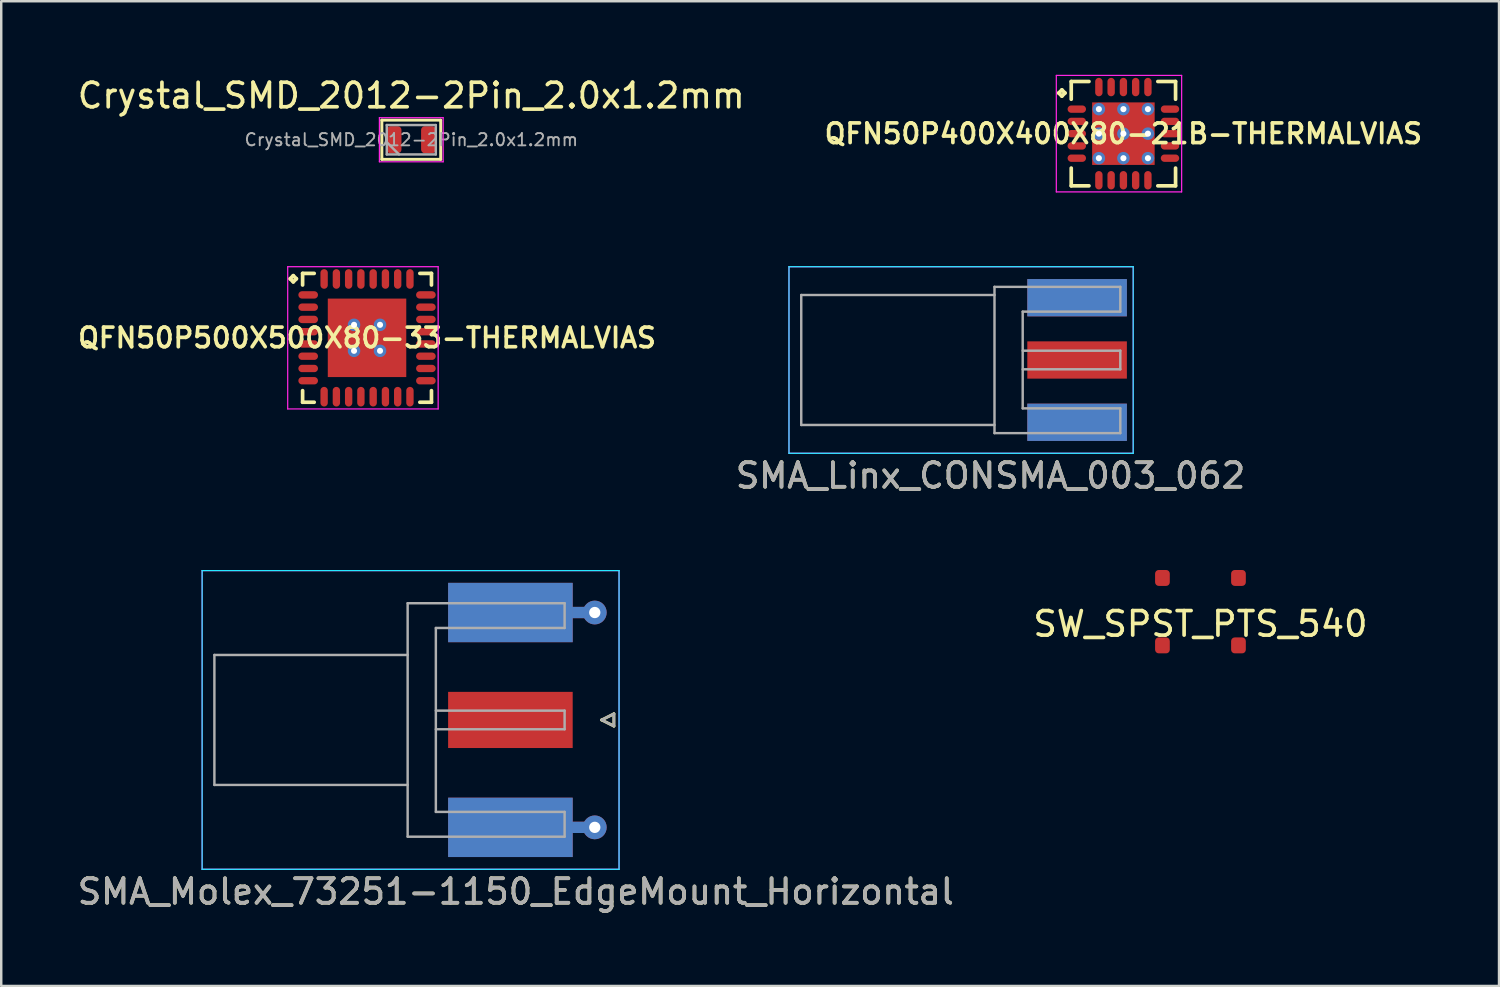
<source format=kicad_pcb>
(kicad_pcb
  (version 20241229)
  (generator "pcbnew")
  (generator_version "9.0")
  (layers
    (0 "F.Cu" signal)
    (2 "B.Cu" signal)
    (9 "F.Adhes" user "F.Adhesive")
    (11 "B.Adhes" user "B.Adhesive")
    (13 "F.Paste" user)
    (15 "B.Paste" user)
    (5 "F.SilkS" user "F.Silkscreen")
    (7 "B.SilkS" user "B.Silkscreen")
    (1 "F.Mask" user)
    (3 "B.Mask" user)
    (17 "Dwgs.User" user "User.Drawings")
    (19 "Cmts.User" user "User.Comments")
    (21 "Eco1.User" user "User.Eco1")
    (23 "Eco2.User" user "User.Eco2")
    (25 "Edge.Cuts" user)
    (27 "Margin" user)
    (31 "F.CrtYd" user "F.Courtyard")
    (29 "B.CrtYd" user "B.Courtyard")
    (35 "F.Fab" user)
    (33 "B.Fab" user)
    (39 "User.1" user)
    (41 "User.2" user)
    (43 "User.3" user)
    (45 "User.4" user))
  (footprint "Crystal_SMD_2012-2Pin_2.0x1.2mm"
    (layer "F.Cu")
    (at 13.72 2.648)
    (property "Reference" "Crystal_SMD_2012-2Pin_2.0x1.2mm" (at 0 -1.8 0) (layer "F.SilkS") (effects (font (size 1 1) (thickness 0.15))))
    (attr smd)
    (fp_line (start -1.2 -0.8) (end -1.2 0.8) (stroke (width 0.12) (type solid)) (layer "F.SilkS"))
    (fp_line (start -1.2 0.8) (end 1.2 0.8) (stroke (width 0.12) (type solid)) (layer "F.SilkS"))
    (fp_line (start 1.2 -0.8) (end -1.2 -0.8) (stroke (width 0.12) (type solid)) (layer "F.SilkS"))
    (fp_line (start 1.2 0.8) (end 1.2 -0.8) (stroke (width 0.12) (type solid)) (layer "F.SilkS"))
    (fp_line (start -1.3 -0.9) (end -1.3 0.9) (stroke (width 0.05) (type solid)) (layer "F.CrtYd"))
    (fp_line (start -1.3 0.9) (end 1.3 0.9) (stroke (width 0.05) (type solid)) (layer "F.CrtYd"))
    (fp_line (start 1.3 -0.9) (end -1.3 -0.9) (stroke (width 0.05) (type solid)) (layer "F.CrtYd"))
    (fp_line (start 1.3 0.9) (end 1.3 -0.9) (stroke (width 0.05) (type solid)) (layer "F.CrtYd"))
    (fp_line (start -1 -0.6) (end -1 0.6) (stroke (width 0.1) (type solid)) (layer "F.Fab"))
    (fp_line (start -1 0.1) (end -0.5 0.6) (stroke (width 0.1) (type solid)) (layer "F.Fab"))
    (fp_line (start -1 0.6) (end 1 0.6) (stroke (width 0.1) (type solid)) (layer "F.Fab"))
    (fp_line (start 1 -0.6) (end -1 -0.6) (stroke (width 0.1) (type solid)) (layer "F.Fab"))
    (fp_line (start 1 0.6) (end 1 -0.6) (stroke (width 0.1) (type solid)) (layer "F.Fab"))
    (fp_text user "${REFERENCE}" (at 0 0 0) (layer "F.Fab") (effects (font (size 0.5 0.5) (thickness 0.075))))
    (pad "1" smd roundrect (at -0.7 0) (size 0.6 1.1) (layers "F.Cu" "F.Mask" "F.Paste") (roundrect_rratio 0.25))
    (pad "2" smd roundrect (at 0.7 0) (size 0.6 1.1) (layers "F.Cu" "F.Mask" "F.Paste") (roundrect_rratio 0.25)))
  (footprint "SW_SPST_PTS_540"
    (layer "F.Cu")
    (at 45.899 21.891)
    (property "Reference" "SW_SPST_PTS_540" (at 0 0.5 0) (layer "F.SilkS") (effects (font (size 1 1) (thickness 0.15))))
    (attr through_hole)
    (pad "1" smd roundrect (at -1.55 -1.375) (size 0.6 0.65) (layers "F.Cu" "F.Mask" "F.Paste") (roundrect_rratio 0.25))
    (pad "1" smd roundrect (at 1.55 -1.375) (size 0.6 0.65) (layers "F.Cu" "F.Mask" "F.Paste") (roundrect_rratio 0.25))
    (pad "2" smd roundrect (at -1.55 1.375) (size 0.6 0.65) (layers "F.Cu" "F.Mask" "F.Paste") (roundrect_rratio 0.25))
    (pad "2" smd roundrect (at 1.55 1.375) (size 0.6 0.65) (layers "F.Cu" "F.Mask" "F.Paste") (roundrect_rratio 0.25)))
  (footprint "QFN50P400X400X80-21B-THERMALVIAS"
    (layer "F.Cu")
    (at 42.757 2.4)
    (property "Reference" "QFN50P400X400X80-21B-THERMALVIAS" (at 0 0 0) (layer "F.SilkS") (effects (font (size 0.8 0.8) (thickness 0.15))))
    (attr smd)
    (fp_line (start -2.635 -1.658) (end -2.508 -1.785) (stroke (width 0.15) (type solid)) (layer "F.SilkS"))
    (fp_line (start -2.508 -1.785) (end -2.381 -1.658) (stroke (width 0.15) (type solid)) (layer "F.SilkS"))
    (fp_line (start -2.508 -1.531) (end -2.635 -1.658) (stroke (width 0.15) (type solid)) (layer "F.SilkS"))
    (fp_line (start -2.381 -1.658) (end -2.508 -1.531) (stroke (width 0.15) (type solid)) (layer "F.SilkS"))
    (fp_line (start -2.127 -2.127) (end -1.404 -2.127) (stroke (width 0.15) (type solid)) (layer "F.SilkS"))
    (fp_line (start -2.127 -1.404) (end -2.127 -2.127) (stroke (width 0.15) (type solid)) (layer "F.SilkS"))
    (fp_line (start -2.127 1.404) (end -2.127 2.127) (stroke (width 0.15) (type solid)) (layer "F.SilkS"))
    (fp_line (start -2.127 2.127) (end -1.404 2.127) (stroke (width 0.15) (type solid)) (layer "F.SilkS"))
    (fp_line (start 1.404 -2.127) (end 2.127 -2.127) (stroke (width 0.15) (type solid)) (layer "F.SilkS"))
    (fp_line (start 1.404 2.127) (end 2.127 2.127) (stroke (width 0.15) (type solid)) (layer "F.SilkS"))
    (fp_line (start 2.127 -2.127) (end 2.127 -1.404) (stroke (width 0.15) (type solid)) (layer "F.SilkS"))
    (fp_line (start 2.127 2.127) (end 2.127 1.404) (stroke (width 0.15) (type solid)) (layer "F.SilkS"))
    (fp_line (start -2.735 -2.375) (end 2.375 -2.375) (stroke (width 0.05) (type solid)) (layer "F.CrtYd"))
    (fp_line (start -2.735 2.375) (end -2.735 -2.375) (stroke (width 0.05) (type solid)) (layer "F.CrtYd"))
    (fp_line (start 2.375 -2.375) (end 2.375 2.375) (stroke (width 0.05) (type solid)) (layer "F.CrtYd"))
    (fp_line (start 2.375 2.375) (end -2.735 2.375) (stroke (width 0.05) (type solid)) (layer "F.CrtYd"))
    (pad "1" smd oval (at -1.9 -1) (size 0.75 0.3) (layers "F.Cu" "F.Mask" "F.Paste"))
    (pad "2" smd oval (at -1.9 -0.5) (size 0.75 0.3) (layers "F.Cu" "F.Mask" "F.Paste"))
    (pad "3" smd oval (at -1.9 0) (size 0.75 0.3) (layers "F.Cu" "F.Mask" "F.Paste"))
    (pad "4" smd oval (at -1.9 0.5) (size 0.75 0.3) (layers "F.Cu" "F.Mask" "F.Paste"))
    (pad "5" smd oval (at -1.9 1) (size 0.75 0.3) (layers "F.Cu" "F.Mask" "F.Paste"))
    (pad "6" smd oval (at -1 1.9) (size 0.3 0.75) (layers "F.Cu" "F.Mask" "F.Paste"))
    (pad "7" smd oval (at -0.5 1.9) (size 0.3 0.75) (layers "F.Cu" "F.Mask" "F.Paste"))
    (pad "8" smd oval (at 0 1.9) (size 0.3 0.75) (layers "F.Cu" "F.Mask" "F.Paste"))
    (pad "9" smd oval (at 0.5 1.9) (size 0.3 0.75) (layers "F.Cu" "F.Mask" "F.Paste"))
    (pad "10" smd oval (at 1 1.9) (size 0.3 0.75) (layers "F.Cu" "F.Mask" "F.Paste"))
    (pad "11" smd oval (at 1.9 1) (size 0.75 0.3) (layers "F.Cu" "F.Mask" "F.Paste"))
    (pad "12" smd oval (at 1.9 0.5) (size 0.75 0.3) (layers "F.Cu" "F.Mask" "F.Paste"))
    (pad "13" smd oval (at 1.9 0) (size 0.75 0.3) (layers "F.Cu" "F.Mask" "F.Paste"))
    (pad "14" smd oval (at 1.9 -0.5) (size 0.75 0.3) (layers "F.Cu" "F.Mask" "F.Paste"))
    (pad "15" smd oval (at 1.9 -1) (size 0.75 0.3) (layers "F.Cu" "F.Mask" "F.Paste"))
    (pad "16" smd oval (at 1 -1.9) (size 0.3 0.75) (layers "F.Cu" "F.Mask" "F.Paste"))
    (pad "17" smd oval (at 0.5 -1.9) (size 0.3 0.75) (layers "F.Cu" "F.Mask" "F.Paste"))
    (pad "18" smd oval (at 0 -1.9) (size 0.3 0.75) (layers "F.Cu" "F.Mask" "F.Paste"))
    (pad "19" smd oval (at -0.5 -1.9) (size 0.3 0.75) (layers "F.Cu" "F.Mask" "F.Paste"))
    (pad "20" smd oval (at -1 -1.9) (size 0.3 0.75) (layers "F.Cu" "F.Mask" "F.Paste"))
    (pad "21" thru_hole circle (at -1 -1) (size 0.51 0.51) (drill 0.25) (layers "*.Cu"))
    (pad "21" thru_hole circle (at -1 0) (size 0.51 0.51) (drill 0.25) (layers "*.Cu"))
    (pad "21" thru_hole circle (at -1 1) (size 0.51 0.51) (drill 0.25) (layers "*.Cu"))
    (pad "21" smd roundrect (at -0.5 -0.5) (size 1.27 1.27) (layers "F.Cu" "F.Paste") (roundrect_rratio 0.3))
    (pad "21" smd roundrect (at -0.5 0.5) (size 1.27 1.27) (layers "F.Cu" "F.Paste") (roundrect_rratio 0.3))
    (pad "21" thru_hole circle (at 0 -1) (size 0.51 0.51) (drill 0.25) (layers "*.Cu"))
    (pad "21" thru_hole circle (at 0 0) (size 0.51 0.51) (drill 0.25) (layers "*.Cu"))
    (pad "21" smd rect (at 0 0) (size 2.55 2.55) (layers "F.Cu" "F.Mask"))
    (pad "21" thru_hole circle (at 0 1) (size 0.51 0.51) (drill 0.25) (layers "*.Cu"))
    (pad "21" smd roundrect (at 0.5 -0.5) (size 1.27 1.27) (layers "F.Cu" "F.Paste") (roundrect_rratio 0.3))
    (pad "21" smd roundrect (at 0.5 0.5) (size 1.27 1.27) (layers "F.Cu" "F.Paste") (roundrect_rratio 0.3))
    (pad "21" thru_hole circle (at 1 -1) (size 0.51 0.51) (drill 0.25) (layers "*.Cu"))
    (pad "21" thru_hole circle (at 1 0) (size 0.51 0.51) (drill 0.25) (layers "*.Cu"))
    (pad "21" thru_hole circle (at 1 1) (size 0.51 0.51) (drill 0.25) (layers "*.Cu")))
  (footprint "QFN50P500X500X80-33-THERMALVIAS"
    (layer "F.Cu")
    (at 11.916 10.725)
    (property "Reference" "QFN50P500X500X80-33-THERMALVIAS" (at 0 0 0) (layer "F.SilkS") (effects (font (size 0.8 0.8) (thickness 0.15))))
    (attr smd)
    (fp_line (start -3.135 -2.408) (end -3.008 -2.535) (stroke (width 0.15) (type solid)) (layer "F.SilkS"))
    (fp_line (start -3.008 -2.535) (end -2.881 -2.408) (stroke (width 0.15) (type solid)) (layer "F.SilkS"))
    (fp_line (start -3.008 -2.281) (end -3.135 -2.408) (stroke (width 0.15) (type solid)) (layer "F.SilkS"))
    (fp_line (start -2.881 -2.408) (end -3.008 -2.281) (stroke (width 0.15) (type solid)) (layer "F.SilkS"))
    (fp_line (start -2.627 -2.627) (end -2.154 -2.627) (stroke (width 0.15) (type solid)) (layer "F.SilkS"))
    (fp_line (start -2.627 -2.154) (end -2.627 -2.627) (stroke (width 0.15) (type solid)) (layer "F.SilkS"))
    (fp_line (start -2.627 2.154) (end -2.627 2.627) (stroke (width 0.15) (type solid)) (layer "F.SilkS"))
    (fp_line (start -2.627 2.627) (end -2.154 2.627) (stroke (width 0.15) (type solid)) (layer "F.SilkS"))
    (fp_line (start 2.154 -2.627) (end 2.627 -2.627) (stroke (width 0.15) (type solid)) (layer "F.SilkS"))
    (fp_line (start 2.154 2.627) (end 2.627 2.627) (stroke (width 0.15) (type solid)) (layer "F.SilkS"))
    (fp_line (start 2.627 -2.627) (end 2.627 -2.154) (stroke (width 0.15) (type solid)) (layer "F.SilkS"))
    (fp_line (start 2.627 2.627) (end 2.627 2.154) (stroke (width 0.15) (type solid)) (layer "F.SilkS"))
    (fp_line (start -3.235 -2.9) (end 2.9 -2.9) (stroke (width 0.05) (type solid)) (layer "F.CrtYd"))
    (fp_line (start -3.235 2.9) (end -3.235 -2.9) (stroke (width 0.05) (type solid)) (layer "F.CrtYd"))
    (fp_line (start 2.9 -2.9) (end 2.9 2.9) (stroke (width 0.05) (type solid)) (layer "F.CrtYd"))
    (fp_line (start 2.9 2.9) (end -3.235 2.9) (stroke (width 0.05) (type solid)) (layer "F.CrtYd"))
    (pad "1" smd oval (at -2.4 -1.75) (size 0.8 0.3) (layers "F.Cu" "F.Mask" "F.Paste"))
    (pad "2" smd oval (at -2.4 -1.25) (size 0.8 0.3) (layers "F.Cu" "F.Mask" "F.Paste"))
    (pad "3" smd oval (at -2.4 -0.75) (size 0.8 0.3) (layers "F.Cu" "F.Mask" "F.Paste"))
    (pad "4" smd oval (at -2.4 -0.25) (size 0.8 0.3) (layers "F.Cu" "F.Mask" "F.Paste"))
    (pad "5" smd oval (at -2.4 0.25) (size 0.8 0.3) (layers "F.Cu" "F.Mask" "F.Paste"))
    (pad "6" smd oval (at -2.4 0.75) (size 0.8 0.3) (layers "F.Cu" "F.Mask" "F.Paste"))
    (pad "7" smd oval (at -2.4 1.25) (size 0.8 0.3) (layers "F.Cu" "F.Mask" "F.Paste"))
    (pad "8" smd oval (at -2.4 1.75) (size 0.8 0.3) (layers "F.Cu" "F.Mask" "F.Paste"))
    (pad "9" smd oval (at -1.75 2.4) (size 0.3 0.8) (layers "F.Cu" "F.Mask" "F.Paste"))
    (pad "10" smd oval (at -1.25 2.4) (size 0.3 0.8) (layers "F.Cu" "F.Mask" "F.Paste"))
    (pad "11" smd oval (at -0.75 2.4) (size 0.3 0.8) (layers "F.Cu" "F.Mask" "F.Paste"))
    (pad "12" smd oval (at -0.25 2.4) (size 0.3 0.8) (layers "F.Cu" "F.Mask" "F.Paste"))
    (pad "13" smd oval (at 0.25 2.4) (size 0.3 0.8) (layers "F.Cu" "F.Mask" "F.Paste"))
    (pad "14" smd oval (at 0.75 2.4) (size 0.3 0.8) (layers "F.Cu" "F.Mask" "F.Paste"))
    (pad "15" smd oval (at 1.25 2.4) (size 0.3 0.8) (layers "F.Cu" "F.Mask" "F.Paste"))
    (pad "16" smd oval (at 1.75 2.4) (size 0.3 0.8) (layers "F.Cu" "F.Mask" "F.Paste"))
    (pad "17" smd oval (at 2.4 1.75) (size 0.8 0.3) (layers "F.Cu" "F.Mask" "F.Paste"))
    (pad "18" smd oval (at 2.4 1.25) (size 0.8 0.3) (layers "F.Cu" "F.Mask" "F.Paste"))
    (pad "19" smd oval (at 2.4 0.75) (size 0.8 0.3) (layers "F.Cu" "F.Mask" "F.Paste"))
    (pad "20" smd oval (at 2.4 0.25) (size 0.8 0.3) (layers "F.Cu" "F.Mask" "F.Paste"))
    (pad "21" smd oval (at 2.4 -0.25) (size 0.8 0.3) (layers "F.Cu" "F.Mask" "F.Paste"))
    (pad "22" smd oval (at 2.4 -0.75) (size 0.8 0.3) (layers "F.Cu" "F.Mask" "F.Paste"))
    (pad "23" smd oval (at 2.4 -1.25) (size 0.8 0.3) (layers "F.Cu" "F.Mask" "F.Paste"))
    (pad "24" smd oval (at 2.4 -1.75) (size 0.8 0.3) (layers "F.Cu" "F.Mask" "F.Paste"))
    (pad "25" smd oval (at 1.75 -2.4) (size 0.3 0.8) (layers "F.Cu" "F.Mask" "F.Paste"))
    (pad "26" smd oval (at 1.25 -2.4) (size 0.3 0.8) (layers "F.Cu" "F.Mask" "F.Paste"))
    (pad "27" smd oval (at 0.75 -2.4) (size 0.3 0.8) (layers "F.Cu" "F.Mask" "F.Paste"))
    (pad "28" smd oval (at 0.25 -2.4) (size 0.3 0.8) (layers "F.Cu" "F.Mask" "F.Paste"))
    (pad "29" smd oval (at -0.25 -2.4) (size 0.3 0.8) (layers "F.Cu" "F.Mask" "F.Paste"))
    (pad "30" smd oval (at -0.75 -2.4) (size 0.3 0.8) (layers "F.Cu" "F.Mask" "F.Paste"))
    (pad "31" smd oval (at -1.25 -2.4) (size 0.3 0.8) (layers "F.Cu" "F.Mask" "F.Paste"))
    (pad "32" smd oval (at -1.75 -2.4) (size 0.3 0.8) (layers "F.Cu" "F.Mask" "F.Paste"))
    (pad "33" smd roundrect (at -1.06 -1.06) (size 0.85 0.85) (layers "F.Cu" "F.Mask" "F.Paste") (roundrect_rratio 0.25))
    (pad "33" smd roundrect (at -1.06 0) (size 0.85 0.85) (layers "F.Cu" "F.Mask" "F.Paste") (roundrect_rratio 0.25))
    (pad "33" smd roundrect (at -1.06 1.06) (size 0.85 0.85) (layers "F.Cu" "F.Mask" "F.Paste") (roundrect_rratio 0.25))
    (pad "33" thru_hole circle (at -0.53 -0.53) (size 0.51 0.51) (drill 0.25) (layers "*.Cu"))
    (pad "33" thru_hole circle (at -0.53 0.53) (size 0.51 0.51) (drill 0.25) (layers "*.Cu"))
    (pad "33" smd roundrect (at 0 -1.06) (size 0.85 0.85) (layers "F.Cu" "F.Mask" "F.Paste") (roundrect_rratio 0.25))
    (pad "33" smd roundrect (at 0 0) (size 0.85 0.85) (layers "F.Cu" "F.Mask" "F.Paste") (roundrect_rratio 0.25))
    (pad "33" smd rect (at 0 0) (size 3.2 3.2) (layers "F.Cu"))
    (pad "33" smd roundrect (at 0 1.06) (size 0.85 0.85) (layers "F.Cu" "F.Mask" "F.Paste") (roundrect_rratio 0.25))
    (pad "33" thru_hole circle (at 0.53 -0.53) (size 0.51 0.51) (drill 0.25) (layers "*.Cu"))
    (pad "33" thru_hole circle (at 0.53 0.53) (size 0.51 0.51) (drill 0.25) (layers "*.Cu"))
    (pad "33" smd roundrect (at 1.06 -1.06) (size 0.85 0.85) (layers "F.Cu" "F.Mask" "F.Paste") (roundrect_rratio 0.25))
    (pad "33" smd roundrect (at 1.06 0) (size 0.85 0.85) (layers "F.Cu" "F.Mask" "F.Paste") (roundrect_rratio 0.25))
    (pad "33" smd roundrect (at 1.06 1.06) (size 0.85 0.85) (layers "F.Cu" "F.Mask" "F.Paste") (roundrect_rratio 0.25)))
  (footprint "SMA_Molex_73251-1150_EdgeMount_Horizontal"
    (layer "F.Cu")
    (at 19.482 26.306)
    (property "Reference" "SMA_Molex_73251-1150_EdgeMount_Horizontal" (at -1.5 7 0) (layer "F.SilkS") (effects (font (size 1 1) (thickness 0.15))))
    (attr smd)
    (fp_line (start 2 0) (end 2.5 -0.25) (stroke (width 0.12) (type solid)) (layer "F.SilkS"))
    (fp_line (start 2.5 -0.25) (end 2.5 0.25) (stroke (width 0.12) (type solid)) (layer "F.SilkS"))
    (fp_line (start 2.5 0.25) (end 2 0) (stroke (width 0.12) (type solid)) (layer "F.SilkS"))
    (fp_line (start -14.29 -6.09) (end -14.29 6.09) (stroke (width 0.05) (type solid)) (layer "B.CrtYd"))
    (fp_line (start -14.29 -6.09) (end 2.71 -6.09) (stroke (width 0.05) (type solid)) (layer "B.CrtYd"))
    (fp_line (start -14.29 6.09) (end 2.71 6.09) (stroke (width 0.05) (type solid)) (layer "B.CrtYd"))
    (fp_line (start 2.71 -6.09) (end 2.71 6.09) (stroke (width 0.05) (type solid)) (layer "B.CrtYd"))
    (fp_line (start -14.29 -6.09) (end -14.29 6.09) (stroke (width 0.05) (type solid)) (layer "F.CrtYd"))
    (fp_line (start -14.29 6.09) (end 2.71 6.09) (stroke (width 0.05) (type solid)) (layer "F.CrtYd"))
    (fp_line (start 2.71 -6.09) (end -14.29 -6.09) (stroke (width 0.05) (type solid)) (layer "F.CrtYd"))
    (fp_line (start 2.71 -6.09) (end 2.71 6.09) (stroke (width 0.05) (type solid)) (layer "F.CrtYd"))
    (fp_line (start -13.79 -2.65) (end -13.79 2.65) (stroke (width 0.1) (type solid)) (layer "F.Fab"))
    (fp_line (start -13.79 -2.65) (end -5.91 -2.65) (stroke (width 0.1) (type solid)) (layer "F.Fab"))
    (fp_line (start -13.79 2.65) (end -5.91 2.65) (stroke (width 0.1) (type solid)) (layer "F.Fab"))
    (fp_line (start -5.91 -4.76) (end -5.91 4.76) (stroke (width 0.1) (type solid)) (layer "F.Fab"))
    (fp_line (start -5.91 4.76) (end 0.49 4.76) (stroke (width 0.1) (type solid)) (layer "F.Fab"))
    (fp_line (start -4.76 -3.75) (end -4.76 3.75) (stroke (width 0.1) (type solid)) (layer "F.Fab"))
    (fp_line (start -4.76 -3.75) (end 0.49 -3.75) (stroke (width 0.1) (type solid)) (layer "F.Fab"))
    (fp_line (start -4.76 -0.38) (end 0.49 -0.38) (stroke (width 0.1) (type solid)) (layer "F.Fab"))
    (fp_line (start -4.76 0.38) (end 0.49 0.38) (stroke (width 0.1) (type solid)) (layer "F.Fab"))
    (fp_line (start -4.76 3.75) (end 0.49 3.75) (stroke (width 0.1) (type solid)) (layer "F.Fab"))
    (fp_line (start 0.49 -4.76) (end -5.91 -4.76) (stroke (width 0.1) (type solid)) (layer "F.Fab"))
    (fp_line (start 0.49 -4.76) (end 0.49 -3.75) (stroke (width 0.1) (type solid)) (layer "F.Fab"))
    (fp_line (start 0.49 -0.38) (end 0.49 0.38) (stroke (width 0.1) (type solid)) (layer "F.Fab"))
    (fp_line (start 0.49 3.75) (end 0.49 4.76) (stroke (width 0.1) (type solid)) (layer "F.Fab"))
    (fp_line (start 2 0) (end 2.5 0.25) (stroke (width 0.1) (type solid)) (layer "F.Fab"))
    (fp_line (start 2.5 -0.25) (end 2 0) (stroke (width 0.1) (type solid)) (layer "F.Fab"))
    (fp_line (start 2.5 0.25) (end 2.5 -0.25) (stroke (width 0.1) (type solid)) (layer "F.Fab"))
    (fp_text user "${REFERENCE}" (at -1.5 7 0) (layer "F.Fab") (effects (font (size 1 1) (thickness 0.15))))
    (pad "1" smd rect (at -1.72 0) (size 5.08 2.29) (layers "F.Cu" "F.Mask" "F.Paste"))
    (pad "2" smd rect (at -1.72 -4.38) (size 5.08 2.42) (layers "F.Cu" "F.Mask" "F.Paste"))
    (pad "2" smd rect (at -1.72 -4.38) (size 5.08 2.42) (layers "B.Cu" "B.Mask" "B.Paste"))
    (pad "2" smd rect (at -1.72 4.38) (size 5.08 2.42) (layers "F.Cu" "F.Mask" "F.Paste"))
    (pad "2" smd rect (at -1.72 4.38) (size 5.08 2.42) (layers "B.Cu" "B.Mask" "B.Paste"))
    (pad "2" smd rect (at 1.27 -4.38) (size 0.95 0.46) (layers "F.Cu"))
    (pad "2" smd rect (at 1.27 -4.38) (size 0.95 0.46) (layers "B.Cu"))
    (pad "2" smd rect (at 1.27 4.38) (size 0.95 0.46) (layers "F.Cu"))
    (pad "2" smd rect (at 1.27 4.38) (size 0.95 0.46) (layers "B.Cu"))
    (pad "2" thru_hole circle (at 1.72 -4.38) (size 0.97 0.97) (drill 0.46) (layers "*.Cu"))
    (pad "2" thru_hole circle (at 1.72 4.38) (size 0.97 0.97) (drill 0.46) (layers "*.Cu")))
  (footprint "SMA_Linx_CONSMA_003_062"
    (layer "F.Cu")
    (at 38.839 11.629)
    (property "Reference" "SMA_Linx_CONSMA_003_062" (at -1.5 4.714 0) (layer "F.SilkS") (effects (font (size 1 1) (thickness 0.15))))
    (attr smd)
    (fp_line (start -9.718 -3.804) (end -9.718 3.804) (stroke (width 0.05) (type solid)) (layer "B.CrtYd"))
    (fp_line (start -9.718 -3.804) (end 4.318 -3.804) (stroke (width 0.05) (type solid)) (layer "B.CrtYd"))
    (fp_line (start -9.718 3.804) (end 4.318 3.804) (stroke (width 0.05) (type solid)) (layer "B.CrtYd"))
    (fp_line (start 4.318 -3.804) (end 4.318 3.804) (stroke (width 0.05) (type solid)) (layer "B.CrtYd"))
    (fp_line (start -9.718 -3.804) (end -9.718 3.804) (stroke (width 0.05) (type solid)) (layer "F.CrtYd"))
    (fp_line (start -9.718 3.804) (end 4.318 3.804) (stroke (width 0.05) (type solid)) (layer "F.CrtYd"))
    (fp_line (start 4.318 -3.804) (end -9.718 -3.804) (stroke (width 0.05) (type solid)) (layer "F.CrtYd"))
    (fp_line (start 4.318 -3.804) (end 4.318 3.804) (stroke (width 0.05) (type solid)) (layer "F.CrtYd"))
    (fp_line (start -9.218 -2.65) (end -9.218 2.65) (stroke (width 0.1) (type solid)) (layer "F.Fab"))
    (fp_line (start -9.218 -2.65) (end -1.338 -2.65) (stroke (width 0.1) (type solid)) (layer "F.Fab"))
    (fp_line (start -9.218 2.65) (end -1.338 2.65) (stroke (width 0.1) (type solid)) (layer "F.Fab"))
    (fp_line (start -1.338 -2.982) (end -1.338 2.982) (stroke (width 0.1) (type solid)) (layer "F.Fab"))
    (fp_line (start -1.338 2.982) (end 3.792 2.982) (stroke (width 0.1) (type solid)) (layer "F.Fab"))
    (fp_line (start -0.188 -1.972) (end -0.188 1.972) (stroke (width 0.1) (type solid)) (layer "F.Fab"))
    (fp_line (start -0.188 -1.972) (end 3.792 -1.972) (stroke (width 0.1) (type solid)) (layer "F.Fab"))
    (fp_line (start -0.188 -0.38) (end 3.792 -0.38) (stroke (width 0.1) (type solid)) (layer "F.Fab"))
    (fp_line (start -0.188 0.38) (end 3.792 0.38) (stroke (width 0.1) (type solid)) (layer "F.Fab"))
    (fp_line (start -0.188 1.972) (end 3.792 1.972) (stroke (width 0.1) (type solid)) (layer "F.Fab"))
    (fp_line (start 3.792 -2.982) (end -1.338 -2.982) (stroke (width 0.1) (type solid)) (layer "F.Fab"))
    (fp_line (start 3.792 -2.982) (end 3.792 -1.972) (stroke (width 0.1) (type solid)) (layer "F.Fab"))
    (fp_line (start 3.792 -0.38) (end 3.792 0.38) (stroke (width 0.1) (type solid)) (layer "F.Fab"))
    (fp_line (start 3.792 1.972) (end 3.792 2.982) (stroke (width 0.1) (type solid)) (layer "F.Fab"))
    (fp_text user "${REFERENCE}" (at -1.5 4.714 0) (layer "F.Fab") (effects (font (size 1 1) (thickness 0.15))))
    (pad "1" smd rect (at 2.03 0) (size 4.06 1.52) (layers "F.Cu" "F.Mask"))
    (pad "2" smd rect (at 2.03 -2.54) (size 4.06 1.52) (layers "F.Cu" "F.Mask"))
    (pad "2" smd rect (at 2.03 -2.54) (size 4.06 1.52) (layers "B.Cu" "B.Mask"))
    (pad "2" smd rect (at 2.03 2.54) (size 4.06 1.52) (layers "F.Cu" "F.Mask"))
    (pad "2" smd rect (at 2.03 2.54) (size 4.06 1.52) (layers "B.Cu" "B.Mask")))
  (gr_rect
    (start -3 -3)
    (end 58.073 37.154)
    (stroke (width 0.1) (type default))
    (fill no)
    (layer "Edge.Cuts")))
</source>
